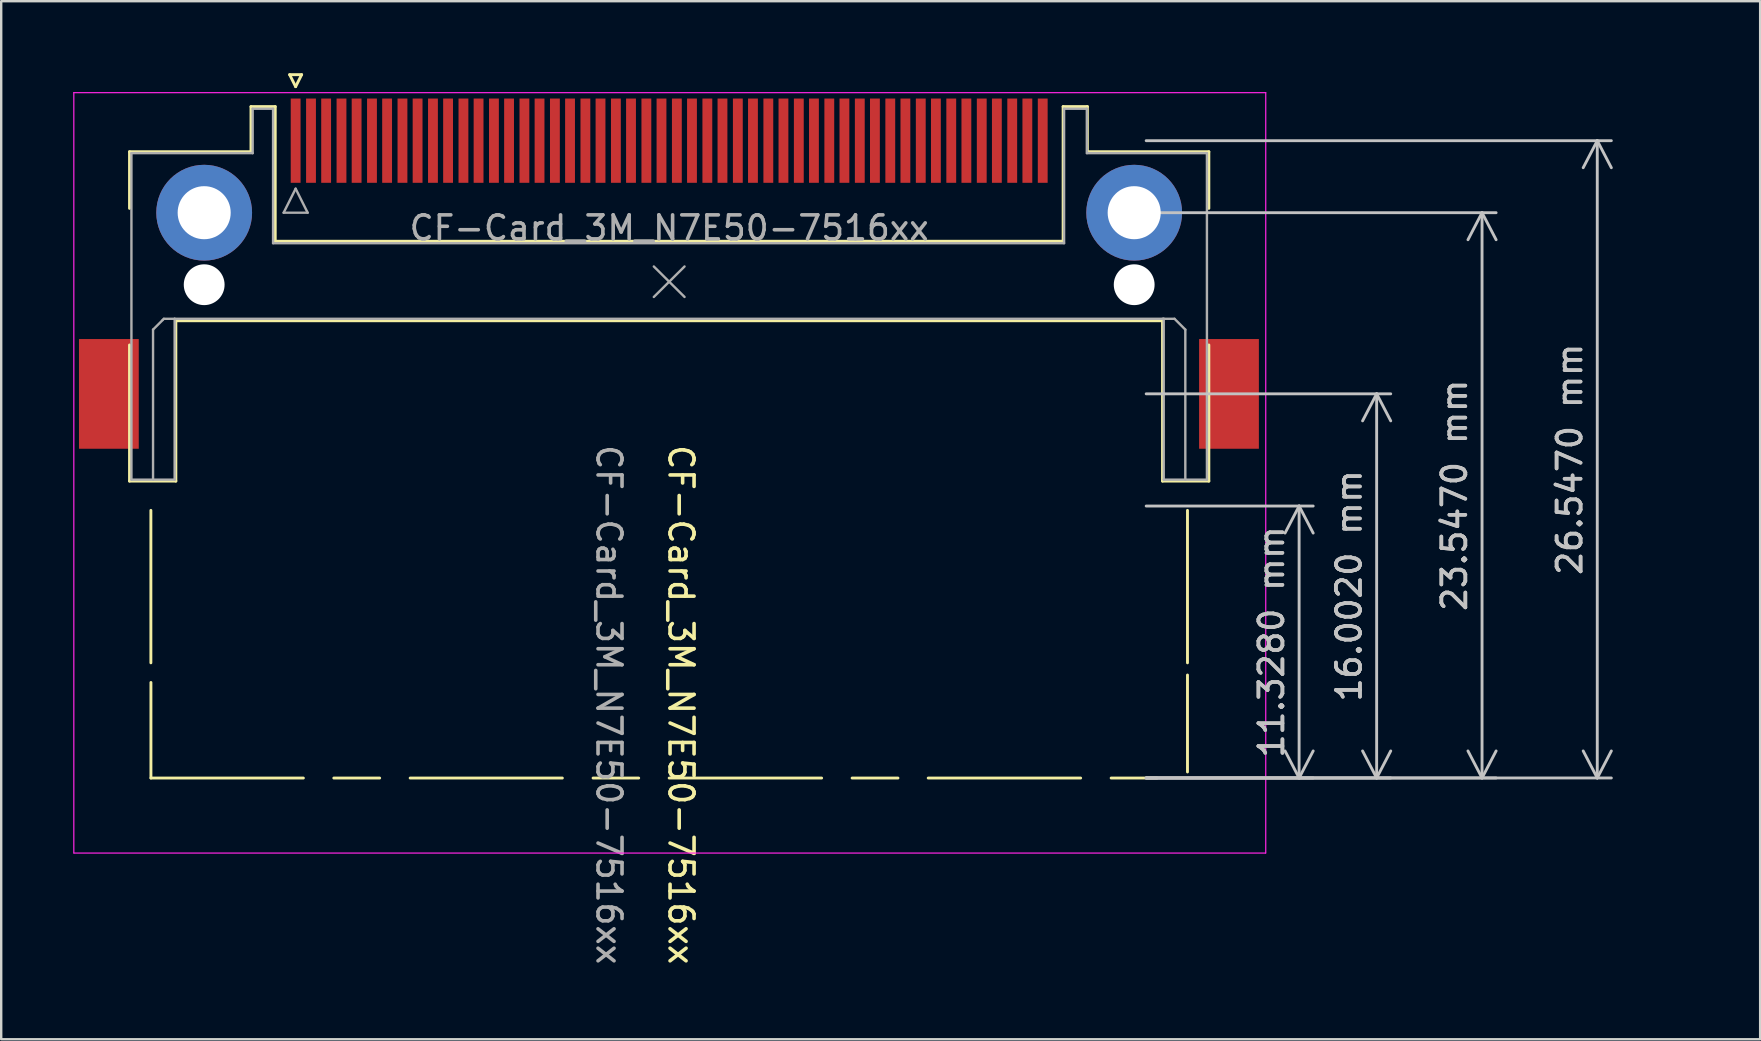
<source format=kicad_pcb>
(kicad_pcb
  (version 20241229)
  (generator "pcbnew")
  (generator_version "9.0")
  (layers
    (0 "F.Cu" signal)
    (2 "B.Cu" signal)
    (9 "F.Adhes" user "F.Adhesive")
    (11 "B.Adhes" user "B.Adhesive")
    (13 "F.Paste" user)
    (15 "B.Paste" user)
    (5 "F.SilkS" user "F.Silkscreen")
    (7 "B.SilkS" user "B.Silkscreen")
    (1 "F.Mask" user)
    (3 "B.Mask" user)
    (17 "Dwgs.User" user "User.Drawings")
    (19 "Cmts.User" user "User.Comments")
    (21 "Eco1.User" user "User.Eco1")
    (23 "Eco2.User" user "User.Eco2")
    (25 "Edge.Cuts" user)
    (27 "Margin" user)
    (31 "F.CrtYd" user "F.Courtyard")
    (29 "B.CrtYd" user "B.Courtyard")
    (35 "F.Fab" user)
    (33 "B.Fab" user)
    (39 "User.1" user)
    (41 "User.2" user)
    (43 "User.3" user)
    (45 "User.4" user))
  (footprint "CF-Card_3M_N7E50-7516xx"
    (layer "F.Cu")
    (at 24.776 23.874)
    (property "Reference" "CF-Card_3M_N7E50-7516xx" (at 0.54 2.432 270) (unlocked yes) (layer "F.SilkS") (effects (font (size 1 1) (thickness 0.15))))
    (attr smd)
    (fp_line (start -22.431 -20.604) (end -17.371 -20.604) (stroke (width 0.12) (type solid)) (layer "F.SilkS"))
    (fp_line (start -22.431 -18.244) (end -22.431 -20.604) (stroke (width 0.12) (type solid)) (layer "F.SilkS"))
    (fp_line (start -22.431 -12.554) (end -22.431 -6.884) (stroke (width 0.12) (type solid)) (layer "F.SilkS"))
    (fp_line (start -22.431 -6.884) (end -20.501 -6.884) (stroke (width 0.12) (type solid)) (layer "F.SilkS"))
    (fp_line (start -21.541 -5.664) (end -21.541 0.686) (stroke (width 0.12) (type solid)) (layer "F.SilkS"))
    (fp_line (start -21.539 1.504) (end -21.539 5.486) (stroke (width 0.12) (type solid)) (layer "F.SilkS"))
    (fp_line (start -21.539 5.486) (end -15.189 5.486) (stroke (width 0.12) (type solid)) (layer "F.SilkS"))
    (fp_line (start -20.501 -13.564) (end 20.599 -13.564) (stroke (width 0.12) (type solid)) (layer "F.SilkS"))
    (fp_line (start -20.501 -6.884) (end -20.501 -13.564) (stroke (width 0.12) (type solid)) (layer "F.SilkS"))
    (fp_line (start -17.371 -22.484) (end -16.361 -22.484) (stroke (width 0.12) (type solid)) (layer "F.SilkS"))
    (fp_line (start -17.371 -20.604) (end -17.371 -22.484) (stroke (width 0.12) (type solid)) (layer "F.SilkS"))
    (fp_line (start -16.361 -22.484) (end -16.361 -16.874) (stroke (width 0.12) (type solid)) (layer "F.SilkS"))
    (fp_line (start -16.361 -16.874) (end 16.459 -16.874) (stroke (width 0.12) (type solid)) (layer "F.SilkS"))
    (fp_line (start -15.761 -23.814) (end -15.261 -23.814) (stroke (width 0.12) (type solid)) (layer "F.SilkS"))
    (fp_line (start -15.511 -23.314) (end -15.761 -23.814) (stroke (width 0.12) (type solid)) (layer "F.SilkS"))
    (fp_line (start -15.261 -23.814) (end -15.511 -23.314) (stroke (width 0.12) (type solid)) (layer "F.SilkS"))
    (fp_line (start -13.921 5.486) (end -12.011 5.486) (stroke (width 0.12) (type solid)) (layer "F.SilkS"))
    (fp_line (start -10.741 5.486) (end -4.401 5.486) (stroke (width 0.12) (type solid)) (layer "F.SilkS"))
    (fp_line (start -3.121 5.486) (end -1.221 5.486) (stroke (width 0.12) (type solid)) (layer "F.SilkS"))
    (fp_line (start 0.049 5.486) (end 6.399 5.486) (stroke (width 0.12) (type solid)) (layer "F.SilkS"))
    (fp_line (start 7.669 5.486) (end 9.579 5.486) (stroke (width 0.12) (type solid)) (layer "F.SilkS"))
    (fp_line (start 10.839 5.486) (end 17.189 5.486) (stroke (width 0.12) (type solid)) (layer "F.SilkS"))
    (fp_line (start 16.459 -22.484) (end 17.469 -22.484) (stroke (width 0.12) (type solid)) (layer "F.SilkS"))
    (fp_line (start 16.459 -16.874) (end 16.459 -22.484) (stroke (width 0.12) (type solid)) (layer "F.SilkS"))
    (fp_line (start 17.469 -22.484) (end 17.469 -20.604) (stroke (width 0.12) (type solid)) (layer "F.SilkS"))
    (fp_line (start 17.469 -20.604) (end 22.529 -20.604) (stroke (width 0.12) (type solid)) (layer "F.SilkS"))
    (fp_line (start 18.459 5.486) (end 20.369 5.486) (stroke (width 0.12) (type solid)) (layer "F.SilkS"))
    (fp_line (start 20.599 -13.564) (end 20.599 -6.884) (stroke (width 0.12) (type solid)) (layer "F.SilkS"))
    (fp_line (start 20.599 -6.884) (end 22.529 -6.884) (stroke (width 0.12) (type solid)) (layer "F.SilkS"))
    (fp_line (start 21.639 -5.664) (end 21.639 0.686) (stroke (width 0.12) (type solid)) (layer "F.SilkS"))
    (fp_line (start 21.639 1.194) (end 21.639 5.232) (stroke (width 0.12) (type solid)) (layer "F.SilkS"))
    (fp_line (start 22.529 -20.604) (end 22.529 -18.244) (stroke (width 0.12) (type solid)) (layer "F.SilkS"))
    (fp_line (start 22.529 -6.884) (end 22.529 -12.554) (stroke (width 0.12) (type solid)) (layer "F.SilkS"))
    (fp_line (start -24.751 -23.064) (end -24.751 8.611) (stroke (width 0.05) (type solid)) (layer "F.CrtYd"))
    (fp_line (start -24.751 -23.064) (end 24.899 -23.064) (stroke (width 0.05) (type solid)) (layer "F.CrtYd"))
    (fp_line (start -24.74 8.611) (end 24.892 8.611) (stroke (width 0.05) (type solid)) (layer "F.CrtYd"))
    (fp_line (start 24.899 -23.064) (end 24.899 8.611) (stroke (width 0.05) (type solid)) (layer "F.CrtYd"))
    (fp_line (start -22.351 -20.544) (end -22.351 -6.944) (stroke (width 0.1) (type solid)) (layer "F.Fab"))
    (fp_line (start -22.351 -6.944) (end -20.551 -6.944) (stroke (width 0.1) (type solid)) (layer "F.Fab"))
    (fp_line (start -21.451 -13.194) (end -21.051 -13.594) (stroke (width 0.1) (type solid)) (layer "F.Fab"))
    (fp_line (start -21.451 -6.944) (end -21.451 -13.194) (stroke (width 0.1) (type solid)) (layer "F.Fab"))
    (fp_line (start -21.051 -13.594) (end -21.001 -13.644) (stroke (width 0.1) (type solid)) (layer "F.Fab"))
    (fp_line (start -21.001 -13.644) (end -20.551 -13.644) (stroke (width 0.1) (type solid)) (layer "F.Fab"))
    (fp_line (start -20.551 -13.644) (end 20.649 -13.644) (stroke (width 0.1) (type solid)) (layer "F.Fab"))
    (fp_line (start -20.551 -6.944) (end -20.551 -13.644) (stroke (width 0.1) (type solid)) (layer "F.Fab"))
    (fp_line (start -17.301 -22.394) (end -17.301 -20.544) (stroke (width 0.1) (type solid)) (layer "F.Fab"))
    (fp_line (start -17.301 -20.544) (end -22.351 -20.544) (stroke (width 0.1) (type solid)) (layer "F.Fab"))
    (fp_line (start -16.451 -22.394) (end -17.301 -22.394) (stroke (width 0.1) (type solid)) (layer "F.Fab"))
    (fp_line (start -16.451 -16.794) (end -16.451 -22.394) (stroke (width 0.1) (type solid)) (layer "F.Fab"))
    (fp_line (start -16.011 -18.064) (end -15.511 -19.064) (stroke (width 0.1) (type solid)) (layer "F.Fab"))
    (fp_line (start -15.511 -19.064) (end -15.011 -18.064) (stroke (width 0.1) (type solid)) (layer "F.Fab"))
    (fp_line (start -15.011 -18.064) (end -16.011 -18.064) (stroke (width 0.1) (type solid)) (layer "F.Fab"))
    (fp_line (start -0.591 -15.824) (end 0.689 -14.554) (stroke (width 0.1) (type solid)) (layer "F.Fab"))
    (fp_line (start 0.689 -15.824) (end -0.591 -14.554) (stroke (width 0.1) (type solid)) (layer "F.Fab"))
    (fp_line (start 16.499 -22.394) (end 16.499 -16.794) (stroke (width 0.1) (type solid)) (layer "F.Fab"))
    (fp_line (start 16.499 -16.794) (end -16.451 -16.794) (stroke (width 0.1) (type solid)) (layer "F.Fab"))
    (fp_line (start 17.449 -22.394) (end 16.499 -22.394) (stroke (width 0.1) (type solid)) (layer "F.Fab"))
    (fp_line (start 17.449 -20.544) (end 17.449 -22.394) (stroke (width 0.1) (type solid)) (layer "F.Fab"))
    (fp_line (start 20.649 -13.644) (end 20.649 -6.944) (stroke (width 0.1) (type solid)) (layer "F.Fab"))
    (fp_line (start 20.649 -6.944) (end 22.449 -6.944) (stroke (width 0.1) (type solid)) (layer "F.Fab"))
    (fp_line (start 21.099 -13.644) (end 20.599 -13.644) (stroke (width 0.1) (type solid)) (layer "F.Fab"))
    (fp_line (start 21.549 -13.194) (end 21.099 -13.644) (stroke (width 0.1) (type solid)) (layer "F.Fab"))
    (fp_line (start 21.549 -6.944) (end 21.549 -13.194) (stroke (width 0.1) (type solid)) (layer "F.Fab"))
    (fp_line (start 22.449 -20.544) (end 17.449 -20.544) (stroke (width 0.1) (type solid)) (layer "F.Fab"))
    (fp_line (start 22.449 -6.944) (end 22.449 -20.544) (stroke (width 0.1) (type solid)) (layer "F.Fab"))
    (fp_text user "${REFERENCE}" (at -2.46 2.432 270) (unlocked yes) (layer "F.Fab") (effects (font (size 1 1) (thickness 0.15))))
    (fp_text user "${REFERENCE}" (at 0.049 -17.429 0) (layer "F.Fab") (effects (font (size 1 1) (thickness 0.15))))
    (dimension (type aligned) (layer "Dwgs.User") (pts (xy 44.195 29.357) (xy 44.195 18.029)) (height 6.87) (format (prefix "") (suffix "") (units 3) (units_format 1) (precision 4)) (style (thickness 0.12) (arrow_length 1.27) (text_position_mode 0) (arrow_direction outward) (extension_height 0.586) (extension_offset 0.5) (keep_text_aligned yes)) (gr_text "11.3284 mm" (at 49.915 23.693 90) (layer "Dwgs.User") (effects (font (size 1 1) (thickness 0.15)))))
    (dimension (type aligned) (layer "Dwgs.User") (pts (xy 44.195 29.357) (xy 44.195 5.81)) (height 14.49) (format (prefix "") (suffix "") (units 3) (units_format 1) (precision 4)) (style (thickness 0.12) (arrow_length 1.27) (text_position_mode 0) (arrow_direction outward) (extension_height 0.586) (extension_offset 0.5) (keep_text_aligned yes)) (gr_text "23.5472 mm" (at 57.535 17.584 90) (layer "Dwgs.User") (effects (font (size 1 1) (thickness 0.15)))))
    (dimension (type aligned) (layer "Dwgs.User") (pts (xy 44.195 29.357) (xy 44.195 13.355)) (height 10.1) (format (prefix "") (suffix "") (units 3) (units_format 1) (precision 4)) (style (thickness 0.12) (arrow_length 1.27) (text_position_mode 0) (arrow_direction outward) (extension_height 0.586) (extension_offset 0.5) (keep_text_aligned yes)) (gr_text "16.0020 mm" (at 53.145 21.356 90) (layer "Dwgs.User") (effects (font (size 1 1) (thickness 0.15)))))
    (dimension (type aligned) (layer "Dwgs.User") (pts (xy 44.195 2.81) (xy 44.195 29.357)) (height -19.29) (format (prefix "") (suffix "") (units 3) (units_format 1) (precision 4)) (style (thickness 0.12) (arrow_length 1.27) (text_position_mode 0) (arrow_direction outward) (extension_height 0.586) (extension_offset 0.5) (keep_text_aligned yes)) (gr_text "26.5472 mm" (at 62.335 16.084 90) (layer "Dwgs.User") (effects (font (size 1 1) (thickness 0.15)))))
    (pad "" smd rect (at -23.291 -10.516) (size 2.49 4.57) (layers "F.Cu" "F.Mask" "F.Paste"))
    (pad "" thru_hole circle (at -19.321 -18.064) (size 3.99 3.99) (drill 2.21) (layers "*.Cu" "*.Mask"))
    (pad "" np_thru_hole circle (at -19.321 -15.064) (size 1.7 1.7) (drill 1.7) (layers "*.Cu" "*.Mask"))
    (pad "" thru_hole circle (at 19.419 -18.064) (size 3.99 3.99) (drill 2.21) (layers "*.Cu" "*.Mask"))
    (pad "" np_thru_hole circle (at 19.419 -15.064) (size 1.7 1.7) (drill 1.7) (layers "*.Cu" "*.Mask"))
    (pad "" smd rect (at 23.368 -10.516) (size 2.49 4.57) (layers "F.Cu" "F.Mask" "F.Paste"))
    (pad "1" smd rect (at -15.511 -21.064 180) (size 0.41 3.51) (layers "F.Cu" "F.Mask" "F.Paste"))
    (pad "2" smd rect (at -14.241 -21.064 180) (size 0.41 3.51) (layers "F.Cu" "F.Mask" "F.Paste"))
    (pad "3" smd rect (at -12.971 -21.064 180) (size 0.41 3.51) (layers "F.Cu" "F.Mask" "F.Paste"))
    (pad "4" smd rect (at -11.701 -21.064 180) (size 0.41 3.51) (layers "F.Cu" "F.Mask" "F.Paste"))
    (pad "5" smd rect (at -10.431 -21.064 180) (size 0.41 3.51) (layers "F.Cu" "F.Mask" "F.Paste"))
    (pad "6" smd rect (at -9.161 -21.064 180) (size 0.41 3.51) (layers "F.Cu" "F.Mask" "F.Paste"))
    (pad "7" smd rect (at -7.891 -21.064 180) (size 0.41 3.51) (layers "F.Cu" "F.Mask" "F.Paste"))
    (pad "8" smd rect (at -6.621 -21.064 180) (size 0.41 3.51) (layers "F.Cu" "F.Mask" "F.Paste"))
    (pad "9" smd rect (at -5.351 -21.064 180) (size 0.41 3.51) (layers "F.Cu" "F.Mask" "F.Paste"))
    (pad "10" smd rect (at -4.081 -21.064 180) (size 0.41 3.51) (layers "F.Cu" "F.Mask" "F.Paste"))
    (pad "11" smd rect (at -2.811 -21.064 180) (size 0.41 3.51) (layers "F.Cu" "F.Mask" "F.Paste"))
    (pad "12" smd rect (at -1.541 -21.064 180) (size 0.41 3.51) (layers "F.Cu" "F.Mask" "F.Paste"))
    (pad "13" smd rect (at -0.271 -21.064 180) (size 0.41 3.51) (layers "F.Cu" "F.Mask" "F.Paste"))
    (pad "14" smd rect (at 0.999 -21.064 180) (size 0.41 3.51) (layers "F.Cu" "F.Mask" "F.Paste"))
    (pad "15" smd rect (at 2.269 -21.064 180) (size 0.41 3.51) (layers "F.Cu" "F.Mask" "F.Paste"))
    (pad "16" smd rect (at 3.539 -21.064 180) (size 0.41 3.51) (layers "F.Cu" "F.Mask" "F.Paste"))
    (pad "17" smd rect (at 4.809 -21.064 180) (size 0.41 3.51) (layers "F.Cu" "F.Mask" "F.Paste"))
    (pad "18" smd rect (at 6.079 -21.064 180) (size 0.41 3.51) (layers "F.Cu" "F.Mask" "F.Paste"))
    (pad "19" smd rect (at 7.349 -21.064 180) (size 0.41 3.51) (layers "F.Cu" "F.Mask" "F.Paste"))
    (pad "20" smd rect (at 8.619 -21.064 180) (size 0.41 3.51) (layers "F.Cu" "F.Mask" "F.Paste"))
    (pad "21" smd rect (at 9.889 -21.064 180) (size 0.41 3.51) (layers "F.Cu" "F.Mask" "F.Paste"))
    (pad "22" smd rect (at 11.159 -21.064 180) (size 0.41 3.51) (layers "F.Cu" "F.Mask" "F.Paste"))
    (pad "23" smd rect (at 12.429 -21.064 180) (size 0.41 3.51) (layers "F.Cu" "F.Mask" "F.Paste"))
    (pad "24" smd rect (at 13.699 -21.064 180) (size 0.41 3.51) (layers "F.Cu" "F.Mask" "F.Paste"))
    (pad "25" smd rect (at 14.969 -21.064 180) (size 0.41 3.51) (layers "F.Cu" "F.Mask" "F.Paste"))
    (pad "26" smd rect (at -14.871 -21.064 180) (size 0.41 3.51) (layers "F.Cu" "F.Mask" "F.Paste"))
    (pad "27" smd rect (at -13.601 -21.064 180) (size 0.41 3.51) (layers "F.Cu" "F.Mask" "F.Paste"))
    (pad "28" smd rect (at -12.331 -21.064 180) (size 0.41 3.51) (layers "F.Cu" "F.Mask" "F.Paste"))
    (pad "29" smd rect (at -11.061 -21.064 180) (size 0.41 3.51) (layers "F.Cu" "F.Mask" "F.Paste"))
    (pad "30" smd rect (at -9.791 -21.064 180) (size 0.41 3.51) (layers "F.Cu" "F.Mask" "F.Paste"))
    (pad "31" smd rect (at -8.521 -21.064 180) (size 0.41 3.51) (layers "F.Cu" "F.Mask" "F.Paste"))
    (pad "32" smd rect (at -7.251 -21.064 180) (size 0.41 3.51) (layers "F.Cu" "F.Mask" "F.Paste"))
    (pad "33" smd rect (at -5.981 -21.064 180) (size 0.41 3.51) (layers "F.Cu" "F.Mask" "F.Paste"))
    (pad "34" smd rect (at -4.711 -21.064 180) (size 0.41 3.51) (layers "F.Cu" "F.Mask" "F.Paste"))
    (pad "35" smd rect (at -3.441 -21.064 180) (size 0.41 3.51) (layers "F.Cu" "F.Mask" "F.Paste"))
    (pad "36" smd rect (at -2.171 -21.064 180) (size 0.41 3.51) (layers "F.Cu" "F.Mask" "F.Paste"))
    (pad "37" smd rect (at -0.901 -21.064 180) (size 0.41 3.51) (layers "F.Cu" "F.Mask" "F.Paste"))
    (pad "38" smd rect (at 0.369 -21.064 180) (size 0.41 3.51) (layers "F.Cu" "F.Mask" "F.Paste"))
    (pad "39" smd rect (at 1.639 -21.064 180) (size 0.41 3.51) (layers "F.Cu" "F.Mask" "F.Paste"))
    (pad "40" smd rect (at 2.909 -21.064 180) (size 0.41 3.51) (layers "F.Cu" "F.Mask" "F.Paste"))
    (pad "41" smd rect (at 4.179 -21.064 180) (size 0.41 3.51) (layers "F.Cu" "F.Mask" "F.Paste"))
    (pad "42" smd rect (at 5.449 -21.064 180) (size 0.41 3.51) (layers "F.Cu" "F.Mask" "F.Paste"))
    (pad "43" smd rect (at 6.719 -21.064 180) (size 0.41 3.51) (layers "F.Cu" "F.Mask" "F.Paste"))
    (pad "44" smd rect (at 7.989 -21.064 180) (size 0.41 3.51) (layers "F.Cu" "F.Mask" "F.Paste"))
    (pad "45" smd rect (at 9.259 -21.064 180) (size 0.41 3.51) (layers "F.Cu" "F.Mask" "F.Paste"))
    (pad "46" smd rect (at 10.529 -21.064 180) (size 0.41 3.51) (layers "F.Cu" "F.Mask" "F.Paste"))
    (pad "47" smd rect (at 11.799 -21.064 180) (size 0.41 3.51) (layers "F.Cu" "F.Mask" "F.Paste"))
    (pad "48" smd rect (at 13.069 -21.064 180) (size 0.41 3.51) (layers "F.Cu" "F.Mask" "F.Paste"))
    (pad "49" smd rect (at 14.339 -21.064 180) (size 0.41 3.51) (layers "F.Cu" "F.Mask" "F.Paste"))
    (pad "50" smd rect (at 15.609 -21.064 180) (size 0.41 3.51) (layers "F.Cu" "F.Mask" "F.Paste")))
  (gr_rect
    (start -3 -3)
    (end 70.27 40.24)
    (stroke (width 0.1) (type default))
    (fill no)
    (layer "Edge.Cuts")))
</source>
